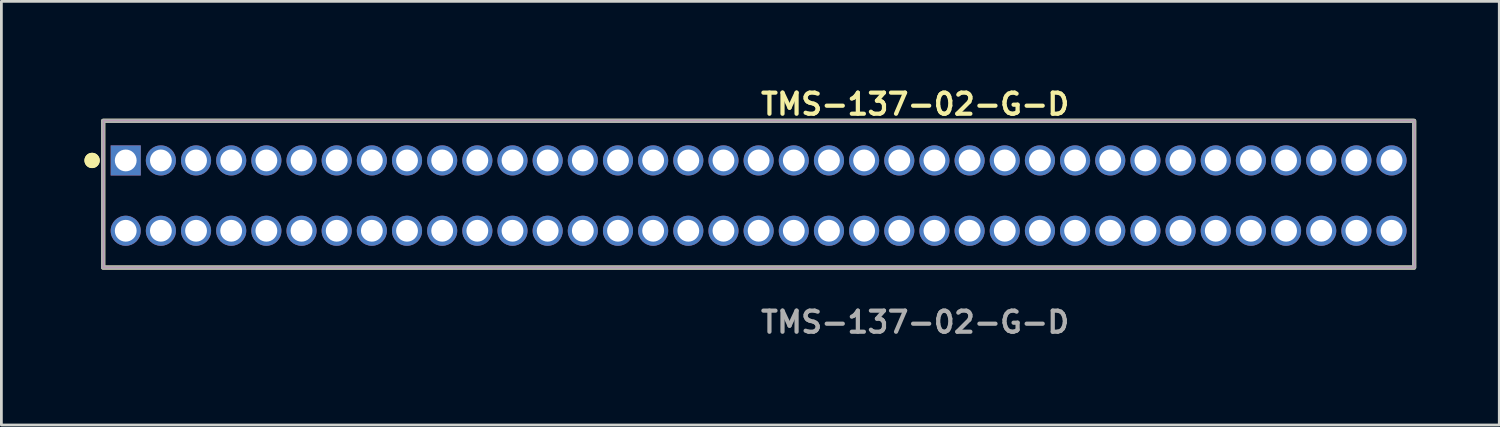
<source format=kicad_pcb>
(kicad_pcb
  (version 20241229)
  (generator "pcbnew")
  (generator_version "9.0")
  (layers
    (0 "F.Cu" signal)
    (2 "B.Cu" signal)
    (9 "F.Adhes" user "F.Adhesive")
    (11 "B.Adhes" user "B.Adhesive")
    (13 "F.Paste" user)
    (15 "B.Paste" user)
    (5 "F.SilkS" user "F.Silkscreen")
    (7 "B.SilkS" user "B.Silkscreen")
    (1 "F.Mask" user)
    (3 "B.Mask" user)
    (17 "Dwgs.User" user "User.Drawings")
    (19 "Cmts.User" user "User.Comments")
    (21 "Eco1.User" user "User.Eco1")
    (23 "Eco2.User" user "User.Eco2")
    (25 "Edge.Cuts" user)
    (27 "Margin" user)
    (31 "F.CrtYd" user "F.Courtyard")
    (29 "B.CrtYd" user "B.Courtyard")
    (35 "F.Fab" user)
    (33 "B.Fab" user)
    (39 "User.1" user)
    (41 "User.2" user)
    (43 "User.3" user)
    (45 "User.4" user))
  (footprint "TMS-137-02-G-D"
    (layer "F.Cu")
    (at 24.351 4.015)
    (property "Reference" "TMS-137-02-G-D" (at 0 -3.302 0) (unlocked yes) (layer "F.SilkS") (effects (font (size 0.762 0.762) (thickness 0.152)) (justify left)))
    (fp_rect (start -23.675 2.6) (end 23.675 -2.7) (stroke (width 0.152) (type solid)) (fill no) (layer "F.SilkS"))
    (fp_circle (center -24.075 -1.27) (end -24.275 -1.27) (stroke (width 0.152) (type solid)) (fill yes) (layer "F.SilkS"))
    (fp_circle (center -24.075 -1.27) (end -24.275 -1.27) (stroke (width 0.152) (type solid)) (fill yes) (layer "F.SilkS"))
    (fp_rect (start -23.675 2.6) (end 23.675 -2.7) (stroke (width 0.006) (type solid)) (fill no) (layer "F.CrtYd"))
    (fp_rect (start -23.675 2.6) (end 23.675 -2.7) (stroke (width 0.152) (type solid)) (fill no) (layer "F.Fab"))
    (fp_text user "${REFERENCE}" (at 0 4.572 0) (unlocked yes) (layer "F.Fab") (effects (font (size 0.762 0.762) (thickness 0.152)) (justify left)))
    (pad "1" thru_hole rect (at -22.86 -1.27) (size 1.087 1.087) (drill 0.787) (layers "*.Cu" "*.Mask"))
    (pad "2" thru_hole circle (at -22.86 1.27) (size 1.087 1.087) (drill 0.787) (layers "*.Cu" "*.Mask"))
    (pad "3" thru_hole circle (at -21.59 -1.27) (size 1.087 1.087) (drill 0.787) (layers "*.Cu" "*.Mask"))
    (pad "4" thru_hole circle (at -21.59 1.27) (size 1.087 1.087) (drill 0.787) (layers "*.Cu" "*.Mask"))
    (pad "5" thru_hole circle (at -20.32 -1.27) (size 1.087 1.087) (drill 0.787) (layers "*.Cu" "*.Mask"))
    (pad "6" thru_hole circle (at -20.32 1.27) (size 1.087 1.087) (drill 0.787) (layers "*.Cu" "*.Mask"))
    (pad "7" thru_hole circle (at -19.05 -1.27) (size 1.087 1.087) (drill 0.787) (layers "*.Cu" "*.Mask"))
    (pad "8" thru_hole circle (at -19.05 1.27) (size 1.087 1.087) (drill 0.787) (layers "*.Cu" "*.Mask"))
    (pad "9" thru_hole circle (at -17.78 -1.27) (size 1.087 1.087) (drill 0.787) (layers "*.Cu" "*.Mask"))
    (pad "10" thru_hole circle (at -17.78 1.27) (size 1.087 1.087) (drill 0.787) (layers "*.Cu" "*.Mask"))
    (pad "11" thru_hole circle (at -16.51 -1.27) (size 1.087 1.087) (drill 0.787) (layers "*.Cu" "*.Mask"))
    (pad "12" thru_hole circle (at -16.51 1.27) (size 1.087 1.087) (drill 0.787) (layers "*.Cu" "*.Mask"))
    (pad "13" thru_hole circle (at -15.24 -1.27) (size 1.087 1.087) (drill 0.787) (layers "*.Cu" "*.Mask"))
    (pad "14" thru_hole circle (at -15.24 1.27) (size 1.087 1.087) (drill 0.787) (layers "*.Cu" "*.Mask"))
    (pad "15" thru_hole circle (at -13.97 -1.27) (size 1.087 1.087) (drill 0.787) (layers "*.Cu" "*.Mask"))
    (pad "16" thru_hole circle (at -13.97 1.27) (size 1.087 1.087) (drill 0.787) (layers "*.Cu" "*.Mask"))
    (pad "17" thru_hole circle (at -12.7 -1.27) (size 1.087 1.087) (drill 0.787) (layers "*.Cu" "*.Mask"))
    (pad "18" thru_hole circle (at -12.7 1.27) (size 1.087 1.087) (drill 0.787) (layers "*.Cu" "*.Mask"))
    (pad "19" thru_hole circle (at -11.43 -1.27) (size 1.087 1.087) (drill 0.787) (layers "*.Cu" "*.Mask"))
    (pad "20" thru_hole circle (at -11.43 1.27) (size 1.087 1.087) (drill 0.787) (layers "*.Cu" "*.Mask"))
    (pad "21" thru_hole circle (at -10.16 -1.27) (size 1.087 1.087) (drill 0.787) (layers "*.Cu" "*.Mask"))
    (pad "22" thru_hole circle (at -10.16 1.27) (size 1.087 1.087) (drill 0.787) (layers "*.Cu" "*.Mask"))
    (pad "23" thru_hole circle (at -8.89 -1.27) (size 1.087 1.087) (drill 0.787) (layers "*.Cu" "*.Mask"))
    (pad "24" thru_hole circle (at -8.89 1.27) (size 1.087 1.087) (drill 0.787) (layers "*.Cu" "*.Mask"))
    (pad "25" thru_hole circle (at -7.62 -1.27) (size 1.087 1.087) (drill 0.787) (layers "*.Cu" "*.Mask"))
    (pad "26" thru_hole circle (at -7.62 1.27) (size 1.087 1.087) (drill 0.787) (layers "*.Cu" "*.Mask"))
    (pad "27" thru_hole circle (at -6.35 -1.27) (size 1.087 1.087) (drill 0.787) (layers "*.Cu" "*.Mask"))
    (pad "28" thru_hole circle (at -6.35 1.27) (size 1.087 1.087) (drill 0.787) (layers "*.Cu" "*.Mask"))
    (pad "29" thru_hole circle (at -5.08 -1.27) (size 1.087 1.087) (drill 0.787) (layers "*.Cu" "*.Mask"))
    (pad "30" thru_hole circle (at -5.08 1.27) (size 1.087 1.087) (drill 0.787) (layers "*.Cu" "*.Mask"))
    (pad "31" thru_hole circle (at -3.81 -1.27) (size 1.087 1.087) (drill 0.787) (layers "*.Cu" "*.Mask"))
    (pad "32" thru_hole circle (at -3.81 1.27) (size 1.087 1.087) (drill 0.787) (layers "*.Cu" "*.Mask"))
    (pad "33" thru_hole circle (at -2.54 -1.27) (size 1.087 1.087) (drill 0.787) (layers "*.Cu" "*.Mask"))
    (pad "34" thru_hole circle (at -2.54 1.27) (size 1.087 1.087) (drill 0.787) (layers "*.Cu" "*.Mask"))
    (pad "35" thru_hole circle (at -1.27 -1.27) (size 1.087 1.087) (drill 0.787) (layers "*.Cu" "*.Mask"))
    (pad "36" thru_hole circle (at -1.27 1.27) (size 1.087 1.087) (drill 0.787) (layers "*.Cu" "*.Mask"))
    (pad "37" thru_hole circle (at 0 -1.27) (size 1.087 1.087) (drill 0.787) (layers "*.Cu" "*.Mask"))
    (pad "38" thru_hole circle (at 0 1.27) (size 1.087 1.087) (drill 0.787) (layers "*.Cu" "*.Mask"))
    (pad "39" thru_hole circle (at 1.27 -1.27) (size 1.087 1.087) (drill 0.787) (layers "*.Cu" "*.Mask"))
    (pad "40" thru_hole circle (at 1.27 1.27) (size 1.087 1.087) (drill 0.787) (layers "*.Cu" "*.Mask"))
    (pad "41" thru_hole circle (at 2.54 -1.27) (size 1.087 1.087) (drill 0.787) (layers "*.Cu" "*.Mask"))
    (pad "42" thru_hole circle (at 2.54 1.27) (size 1.087 1.087) (drill 0.787) (layers "*.Cu" "*.Mask"))
    (pad "43" thru_hole circle (at 3.81 -1.27) (size 1.087 1.087) (drill 0.787) (layers "*.Cu" "*.Mask"))
    (pad "44" thru_hole circle (at 3.81 1.27) (size 1.087 1.087) (drill 0.787) (layers "*.Cu" "*.Mask"))
    (pad "45" thru_hole circle (at 5.08 -1.27) (size 1.087 1.087) (drill 0.787) (layers "*.Cu" "*.Mask"))
    (pad "46" thru_hole circle (at 5.08 1.27) (size 1.087 1.087) (drill 0.787) (layers "*.Cu" "*.Mask"))
    (pad "47" thru_hole circle (at 6.35 -1.27) (size 1.087 1.087) (drill 0.787) (layers "*.Cu" "*.Mask"))
    (pad "48" thru_hole circle (at 6.35 1.27) (size 1.087 1.087) (drill 0.787) (layers "*.Cu" "*.Mask"))
    (pad "49" thru_hole circle (at 7.62 -1.27) (size 1.087 1.087) (drill 0.787) (layers "*.Cu" "*.Mask"))
    (pad "50" thru_hole circle (at 7.62 1.27) (size 1.087 1.087) (drill 0.787) (layers "*.Cu" "*.Mask"))
    (pad "51" thru_hole circle (at 8.89 -1.27) (size 1.087 1.087) (drill 0.787) (layers "*.Cu" "*.Mask"))
    (pad "52" thru_hole circle (at 8.89 1.27) (size 1.087 1.087) (drill 0.787) (layers "*.Cu" "*.Mask"))
    (pad "53" thru_hole circle (at 10.16 -1.27) (size 1.087 1.087) (drill 0.787) (layers "*.Cu" "*.Mask"))
    (pad "54" thru_hole circle (at 10.16 1.27) (size 1.087 1.087) (drill 0.787) (layers "*.Cu" "*.Mask"))
    (pad "55" thru_hole circle (at 11.43 -1.27) (size 1.087 1.087) (drill 0.787) (layers "*.Cu" "*.Mask"))
    (pad "56" thru_hole circle (at 11.43 1.27) (size 1.087 1.087) (drill 0.787) (layers "*.Cu" "*.Mask"))
    (pad "57" thru_hole circle (at 12.7 -1.27) (size 1.087 1.087) (drill 0.787) (layers "*.Cu" "*.Mask"))
    (pad "58" thru_hole circle (at 12.7 1.27) (size 1.087 1.087) (drill 0.787) (layers "*.Cu" "*.Mask"))
    (pad "59" thru_hole circle (at 13.97 -1.27) (size 1.087 1.087) (drill 0.787) (layers "*.Cu" "*.Mask"))
    (pad "60" thru_hole circle (at 13.97 1.27) (size 1.087 1.087) (drill 0.787) (layers "*.Cu" "*.Mask"))
    (pad "61" thru_hole circle (at 15.24 -1.27) (size 1.087 1.087) (drill 0.787) (layers "*.Cu" "*.Mask"))
    (pad "62" thru_hole circle (at 15.24 1.27) (size 1.087 1.087) (drill 0.787) (layers "*.Cu" "*.Mask"))
    (pad "63" thru_hole circle (at 16.51 -1.27) (size 1.087 1.087) (drill 0.787) (layers "*.Cu" "*.Mask"))
    (pad "64" thru_hole circle (at 16.51 1.27) (size 1.087 1.087) (drill 0.787) (layers "*.Cu" "*.Mask"))
    (pad "65" thru_hole circle (at 17.78 -1.27) (size 1.087 1.087) (drill 0.787) (layers "*.Cu" "*.Mask"))
    (pad "66" thru_hole circle (at 17.78 1.27) (size 1.087 1.087) (drill 0.787) (layers "*.Cu" "*.Mask"))
    (pad "67" thru_hole circle (at 19.05 -1.27) (size 1.087 1.087) (drill 0.787) (layers "*.Cu" "*.Mask"))
    (pad "68" thru_hole circle (at 19.05 1.27) (size 1.087 1.087) (drill 0.787) (layers "*.Cu" "*.Mask"))
    (pad "69" thru_hole circle (at 20.32 -1.27) (size 1.087 1.087) (drill 0.787) (layers "*.Cu" "*.Mask"))
    (pad "70" thru_hole circle (at 20.32 1.27) (size 1.087 1.087) (drill 0.787) (layers "*.Cu" "*.Mask"))
    (pad "71" thru_hole circle (at 21.59 -1.27) (size 1.087 1.087) (drill 0.787) (layers "*.Cu" "*.Mask"))
    (pad "72" thru_hole circle (at 21.59 1.27) (size 1.087 1.087) (drill 0.787) (layers "*.Cu" "*.Mask"))
    (pad "73" thru_hole circle (at 22.86 -1.27) (size 1.087 1.087) (drill 0.787) (layers "*.Cu" "*.Mask"))
    (pad "74" thru_hole circle (at 22.86 1.27) (size 1.087 1.087) (drill 0.787) (layers "*.Cu" "*.Mask")))
  (gr_rect
    (start -3 -3)
    (end 51.102 12.3)
    (stroke (width 0.1) (type default))
    (fill no)
    (layer "Edge.Cuts")))
</source>
